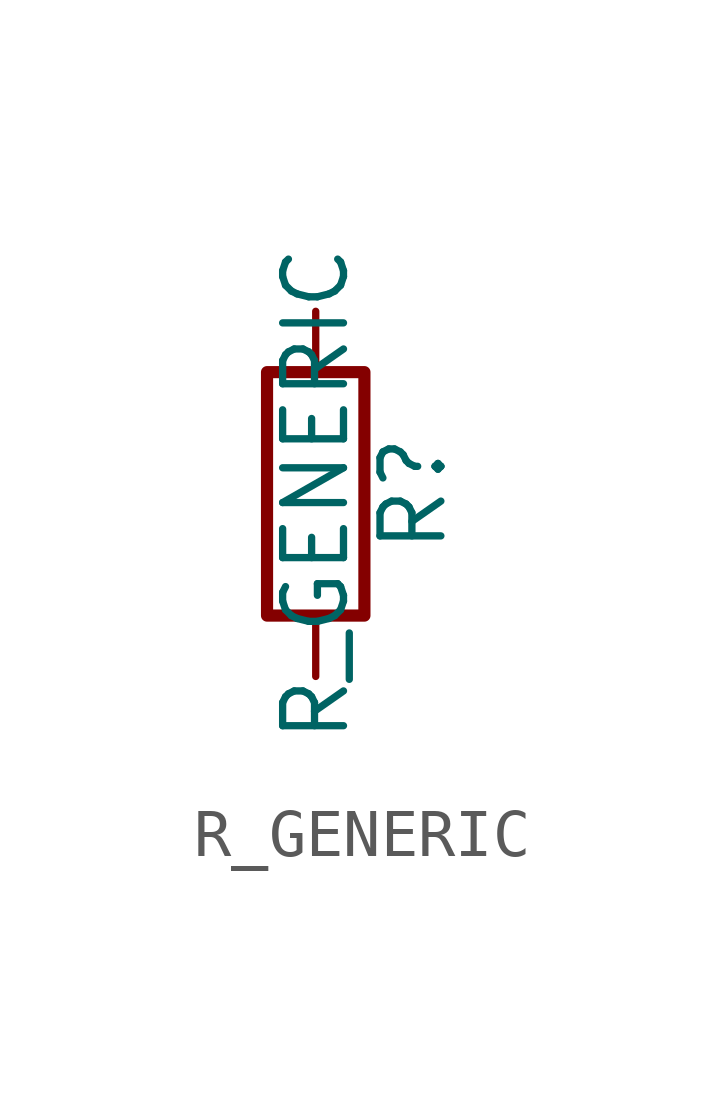
<source format=kicad_sym>
(kicad_symbol_lib
  (version 20220914)
  (generator kicad_symbol_editor)
  (symbol "R_GENERIC"
    (pin_numbers hide)
    (pin_names
      (offset 0))
    (property "Reference" "R"
      (at 2.032 0 90)
      (effects (font (size 1.27 1.27))))
    (property "Value" "R_GENERIC"
      (at 0 0 90)
      (effects (font (size 1.27 1.27))))
    (symbol "R_GENERIC_0_1"
      (rectangle (start -1.016 -2.54) (end 1.016 2.54) (stroke (width 0.254) (type default)) (fill (type none))))
    (symbol "R_GENERIC_1_1"
      (pin passive line (at 0 3.81 270) (length 1.27) (name "~" (effects (font (size 1.27 1.27)))) (number "1" (effects (font (size 1.27 1.27)))))
      (pin passive line (at 0 -3.81 90) (length 1.27) (name "~" (effects (font (size 1.27 1.27)))) (number "2" (effects (font (size 1.27 1.27))))))))
</source>
